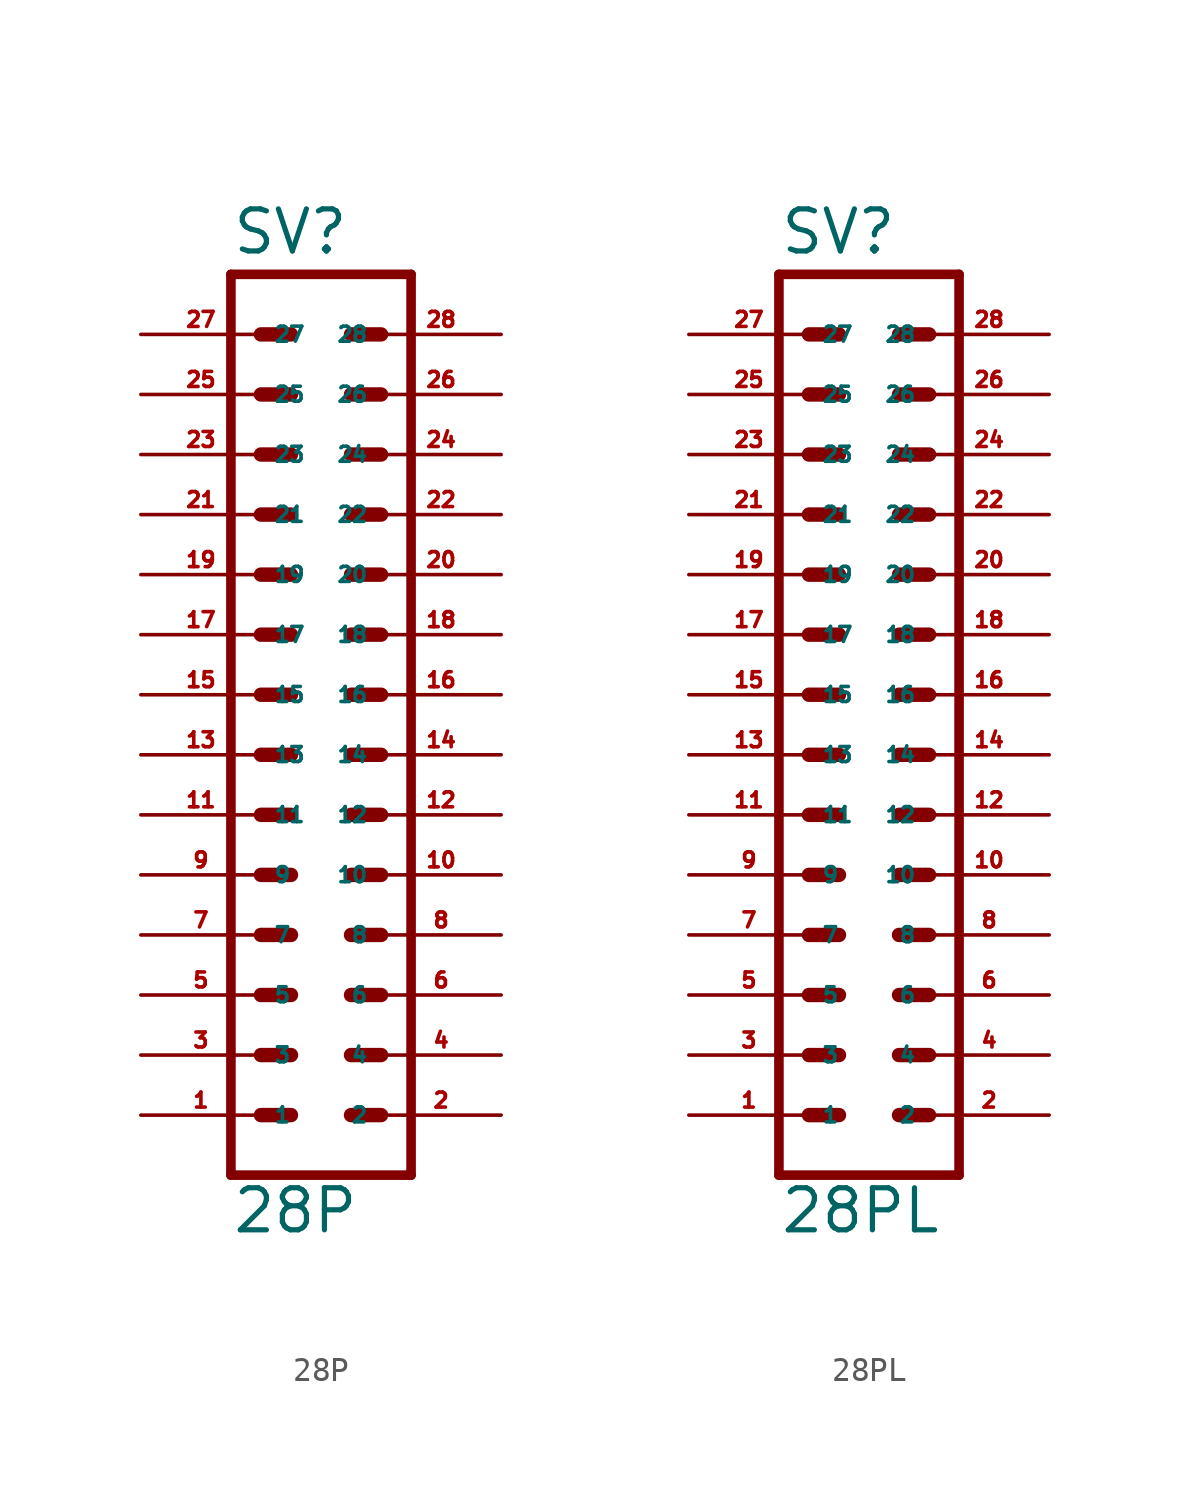
<source format=kicad_sym>
(kicad_symbol_lib
  (version 20220914)
  (generator Eagle2Kicad)
  (symbol "28P"
    (property "Reference" "SV"
      (at -3.81 21.082 0)
      (effects (font (size 1.778 1.778) (thickness 0.22)) (justify left bottom)))
    (property "Value" "28P"
      (at -3.81 -20.32 0)
      (effects (font (size 1.778 1.778) (thickness 0.22)) (justify left bottom)))
    (polyline
      (pts (xy 3.81 -17.78) (xy -3.81 -17.78))
      (stroke (width 0.406) (type default))
      (fill (type none)))
    (polyline
      (pts (xy -3.81 20.32) (xy -3.81 -17.78))
      (stroke (width 0.406) (type default))
      (fill (type none)))
    (polyline
      (pts (xy -3.81 20.32) (xy 3.81 20.32))
      (stroke (width 0.406) (type default))
      (fill (type none)))
    (polyline
      (pts (xy 3.81 -17.78) (xy 3.81 20.32))
      (stroke (width 0.406) (type default))
      (fill (type none)))
    (polyline
      (pts (xy -2.54 -15.24) (xy -1.27 -15.24))
      (stroke (width 0.61) (type default))
      (fill (type none)))
    (polyline
      (pts (xy -2.54 -12.7) (xy -1.27 -12.7))
      (stroke (width 0.61) (type default))
      (fill (type none)))
    (polyline
      (pts (xy -2.54 -10.16) (xy -1.27 -10.16))
      (stroke (width 0.61) (type default))
      (fill (type none)))
    (polyline
      (pts (xy -2.54 -7.62) (xy -1.27 -7.62))
      (stroke (width 0.61) (type default))
      (fill (type none)))
    (polyline
      (pts (xy -2.54 -5.08) (xy -1.27 -5.08))
      (stroke (width 0.61) (type default))
      (fill (type none)))
    (polyline
      (pts (xy -2.54 -2.54) (xy -1.27 -2.54))
      (stroke (width 0.61) (type default))
      (fill (type none)))
    (polyline
      (pts (xy -2.54 0) (xy -1.27 0))
      (stroke (width 0.61) (type default))
      (fill (type none)))
    (polyline
      (pts (xy -2.54 2.54) (xy -1.27 2.54))
      (stroke (width 0.61) (type default))
      (fill (type none)))
    (polyline
      (pts (xy -2.54 5.08) (xy -1.27 5.08))
      (stroke (width 0.61) (type default))
      (fill (type none)))
    (polyline
      (pts (xy -2.54 7.62) (xy -1.27 7.62))
      (stroke (width 0.61) (type default))
      (fill (type none)))
    (polyline
      (pts (xy -2.54 10.16) (xy -1.27 10.16))
      (stroke (width 0.61) (type default))
      (fill (type none)))
    (polyline
      (pts (xy -2.54 12.7) (xy -1.27 12.7))
      (stroke (width 0.61) (type default))
      (fill (type none)))
    (polyline
      (pts (xy -2.54 15.24) (xy -1.27 15.24))
      (stroke (width 0.61) (type default))
      (fill (type none)))
    (polyline
      (pts (xy -2.54 17.78) (xy -1.27 17.78))
      (stroke (width 0.61) (type default))
      (fill (type none)))
    (polyline
      (pts (xy 2.54 -15.24) (xy 1.27 -15.24))
      (stroke (width 0.61) (type default))
      (fill (type none)))
    (polyline
      (pts (xy 2.54 -12.7) (xy 1.27 -12.7))
      (stroke (width 0.61) (type default))
      (fill (type none)))
    (polyline
      (pts (xy 2.54 -10.16) (xy 1.27 -10.16))
      (stroke (width 0.61) (type default))
      (fill (type none)))
    (polyline
      (pts (xy 2.54 -7.62) (xy 1.27 -7.62))
      (stroke (width 0.61) (type default))
      (fill (type none)))
    (polyline
      (pts (xy 2.54 -5.08) (xy 1.27 -5.08))
      (stroke (width 0.61) (type default))
      (fill (type none)))
    (polyline
      (pts (xy 2.54 -2.54) (xy 1.27 -2.54))
      (stroke (width 0.61) (type default))
      (fill (type none)))
    (polyline
      (pts (xy 2.54 0) (xy 1.27 0))
      (stroke (width 0.61) (type default))
      (fill (type none)))
    (polyline
      (pts (xy 2.54 2.54) (xy 1.27 2.54))
      (stroke (width 0.61) (type default))
      (fill (type none)))
    (polyline
      (pts (xy 2.54 5.08) (xy 1.27 5.08))
      (stroke (width 0.61) (type default))
      (fill (type none)))
    (polyline
      (pts (xy 2.54 7.62) (xy 1.27 7.62))
      (stroke (width 0.61) (type default))
      (fill (type none)))
    (polyline
      (pts (xy 2.54 10.16) (xy 1.27 10.16))
      (stroke (width 0.61) (type default))
      (fill (type none)))
    (polyline
      (pts (xy 2.54 12.7) (xy 1.27 12.7))
      (stroke (width 0.61) (type default))
      (fill (type none)))
    (polyline
      (pts (xy 2.54 15.24) (xy 1.27 15.24))
      (stroke (width 0.61) (type default))
      (fill (type none)))
    (polyline
      (pts (xy 2.54 17.78) (xy 1.27 17.78))
      (stroke (width 0.61) (type default))
      (fill (type none)))
    (pin passive line
      (at -7.62 17.78 0)
      (length 5.08)
      (name "27" (effects (font (size 0.635 0.635) (thickness 0.08)) (justify left bottom)))
      (number "27" (effects (font (size 0.635 0.635) (thickness 0.08)) (justify left bottom))))
    (pin passive line
      (at -7.62 15.24 0)
      (length 5.08)
      (name "25" (effects (font (size 0.635 0.635) (thickness 0.08)) (justify left bottom)))
      (number "25" (effects (font (size 0.635 0.635) (thickness 0.08)) (justify left bottom))))
    (pin passive line
      (at -7.62 12.7 0)
      (length 5.08)
      (name "23" (effects (font (size 0.635 0.635) (thickness 0.08)) (justify left bottom)))
      (number "23" (effects (font (size 0.635 0.635) (thickness 0.08)) (justify left bottom))))
    (pin passive line
      (at -7.62 10.16 0)
      (length 5.08)
      (name "21" (effects (font (size 0.635 0.635) (thickness 0.08)) (justify left bottom)))
      (number "21" (effects (font (size 0.635 0.635) (thickness 0.08)) (justify left bottom))))
    (pin passive line
      (at -7.62 7.62 0)
      (length 5.08)
      (name "19" (effects (font (size 0.635 0.635) (thickness 0.08)) (justify left bottom)))
      (number "19" (effects (font (size 0.635 0.635) (thickness 0.08)) (justify left bottom))))
    (pin passive line
      (at -7.62 5.08 0)
      (length 5.08)
      (name "17" (effects (font (size 0.635 0.635) (thickness 0.08)) (justify left bottom)))
      (number "17" (effects (font (size 0.635 0.635) (thickness 0.08)) (justify left bottom))))
    (pin passive line
      (at -7.62 2.54 0)
      (length 5.08)
      (name "15" (effects (font (size 0.635 0.635) (thickness 0.08)) (justify left bottom)))
      (number "15" (effects (font (size 0.635 0.635) (thickness 0.08)) (justify left bottom))))
    (pin passive line
      (at -7.62 0 0)
      (length 5.08)
      (name "13" (effects (font (size 0.635 0.635) (thickness 0.08)) (justify left bottom)))
      (number "13" (effects (font (size 0.635 0.635) (thickness 0.08)) (justify left bottom))))
    (pin passive line
      (at -7.62 -2.54 0)
      (length 5.08)
      (name "11" (effects (font (size 0.635 0.635) (thickness 0.08)) (justify left bottom)))
      (number "11" (effects (font (size 0.635 0.635) (thickness 0.08)) (justify left bottom))))
    (pin passive line
      (at -7.62 -5.08 0)
      (length 5.08)
      (name "9" (effects (font (size 0.635 0.635) (thickness 0.08)) (justify left bottom)))
      (number "9" (effects (font (size 0.635 0.635) (thickness 0.08)) (justify left bottom))))
    (pin passive line
      (at -7.62 -7.62 0)
      (length 5.08)
      (name "7" (effects (font (size 0.635 0.635) (thickness 0.08)) (justify left bottom)))
      (number "7" (effects (font (size 0.635 0.635) (thickness 0.08)) (justify left bottom))))
    (pin passive line
      (at -7.62 -10.16 0)
      (length 5.08)
      (name "5" (effects (font (size 0.635 0.635) (thickness 0.08)) (justify left bottom)))
      (number "5" (effects (font (size 0.635 0.635) (thickness 0.08)) (justify left bottom))))
    (pin passive line
      (at -7.62 -12.7 0)
      (length 5.08)
      (name "3" (effects (font (size 0.635 0.635) (thickness 0.08)) (justify left bottom)))
      (number "3" (effects (font (size 0.635 0.635) (thickness 0.08)) (justify left bottom))))
    (pin passive line
      (at -7.62 -15.24 0)
      (length 5.08)
      (name "1" (effects (font (size 0.635 0.635) (thickness 0.08)) (justify left bottom)))
      (number "1" (effects (font (size 0.635 0.635) (thickness 0.08)) (justify left bottom))))
    (pin passive line
      (at 7.62 17.78 180)
      (length 5.08)
      (name "28" (effects (font (size 0.635 0.635) (thickness 0.08)) (justify left bottom)))
      (number "28" (effects (font (size 0.635 0.635) (thickness 0.08)) (justify left bottom))))
    (pin passive line
      (at 7.62 15.24 180)
      (length 5.08)
      (name "26" (effects (font (size 0.635 0.635) (thickness 0.08)) (justify left bottom)))
      (number "26" (effects (font (size 0.635 0.635) (thickness 0.08)) (justify left bottom))))
    (pin passive line
      (at 7.62 12.7 180)
      (length 5.08)
      (name "24" (effects (font (size 0.635 0.635) (thickness 0.08)) (justify left bottom)))
      (number "24" (effects (font (size 0.635 0.635) (thickness 0.08)) (justify left bottom))))
    (pin passive line
      (at 7.62 10.16 180)
      (length 5.08)
      (name "22" (effects (font (size 0.635 0.635) (thickness 0.08)) (justify left bottom)))
      (number "22" (effects (font (size 0.635 0.635) (thickness 0.08)) (justify left bottom))))
    (pin passive line
      (at 7.62 7.62 180)
      (length 5.08)
      (name "20" (effects (font (size 0.635 0.635) (thickness 0.08)) (justify left bottom)))
      (number "20" (effects (font (size 0.635 0.635) (thickness 0.08)) (justify left bottom))))
    (pin passive line
      (at 7.62 5.08 180)
      (length 5.08)
      (name "18" (effects (font (size 0.635 0.635) (thickness 0.08)) (justify left bottom)))
      (number "18" (effects (font (size 0.635 0.635) (thickness 0.08)) (justify left bottom))))
    (pin passive line
      (at 7.62 2.54 180)
      (length 5.08)
      (name "16" (effects (font (size 0.635 0.635) (thickness 0.08)) (justify left bottom)))
      (number "16" (effects (font (size 0.635 0.635) (thickness 0.08)) (justify left bottom))))
    (pin passive line
      (at 7.62 0 180)
      (length 5.08)
      (name "14" (effects (font (size 0.635 0.635) (thickness 0.08)) (justify left bottom)))
      (number "14" (effects (font (size 0.635 0.635) (thickness 0.08)) (justify left bottom))))
    (pin passive line
      (at 7.62 -2.54 180)
      (length 5.08)
      (name "12" (effects (font (size 0.635 0.635) (thickness 0.08)) (justify left bottom)))
      (number "12" (effects (font (size 0.635 0.635) (thickness 0.08)) (justify left bottom))))
    (pin passive line
      (at 7.62 -5.08 180)
      (length 5.08)
      (name "10" (effects (font (size 0.635 0.635) (thickness 0.08)) (justify left bottom)))
      (number "10" (effects (font (size 0.635 0.635) (thickness 0.08)) (justify left bottom))))
    (pin passive line
      (at 7.62 -7.62 180)
      (length 5.08)
      (name "8" (effects (font (size 0.635 0.635) (thickness 0.08)) (justify left bottom)))
      (number "8" (effects (font (size 0.635 0.635) (thickness 0.08)) (justify left bottom))))
    (pin passive line
      (at 7.62 -10.16 180)
      (length 5.08)
      (name "6" (effects (font (size 0.635 0.635) (thickness 0.08)) (justify left bottom)))
      (number "6" (effects (font (size 0.635 0.635) (thickness 0.08)) (justify left bottom))))
    (pin passive line
      (at 7.62 -12.7 180)
      (length 5.08)
      (name "4" (effects (font (size 0.635 0.635) (thickness 0.08)) (justify left bottom)))
      (number "4" (effects (font (size 0.635 0.635) (thickness 0.08)) (justify left bottom))))
    (pin passive line
      (at 7.62 -15.24 180)
      (length 5.08)
      (name "2" (effects (font (size 0.635 0.635) (thickness 0.08)) (justify left bottom)))
      (number "2" (effects (font (size 0.635 0.635) (thickness 0.08)) (justify left bottom)))))
  (symbol "28PL"
    (property "Reference" "SV"
      (at -3.81 21.082 0)
      (effects (font (size 1.778 1.778) (thickness 0.22)) (justify left bottom)))
    (property "Value" "28PL"
      (at -3.81 -20.32 0)
      (effects (font (size 1.778 1.778) (thickness 0.22)) (justify left bottom)))
    (polyline
      (pts (xy 3.81 -17.78) (xy -3.81 -17.78))
      (stroke (width 0.406) (type default))
      (fill (type none)))
    (polyline
      (pts (xy -3.81 20.32) (xy -3.81 -17.78))
      (stroke (width 0.406) (type default))
      (fill (type none)))
    (polyline
      (pts (xy -3.81 20.32) (xy 3.81 20.32))
      (stroke (width 0.406) (type default))
      (fill (type none)))
    (polyline
      (pts (xy 3.81 -17.78) (xy 3.81 20.32))
      (stroke (width 0.406) (type default))
      (fill (type none)))
    (polyline
      (pts (xy -2.54 -15.24) (xy -1.27 -15.24))
      (stroke (width 0.61) (type default))
      (fill (type none)))
    (polyline
      (pts (xy -2.54 -12.7) (xy -1.27 -12.7))
      (stroke (width 0.61) (type default))
      (fill (type none)))
    (polyline
      (pts (xy -2.54 -10.16) (xy -1.27 -10.16))
      (stroke (width 0.61) (type default))
      (fill (type none)))
    (polyline
      (pts (xy -2.54 -7.62) (xy -1.27 -7.62))
      (stroke (width 0.61) (type default))
      (fill (type none)))
    (polyline
      (pts (xy -2.54 -5.08) (xy -1.27 -5.08))
      (stroke (width 0.61) (type default))
      (fill (type none)))
    (polyline
      (pts (xy -2.54 -2.54) (xy -1.27 -2.54))
      (stroke (width 0.61) (type default))
      (fill (type none)))
    (polyline
      (pts (xy -2.54 0) (xy -1.27 0))
      (stroke (width 0.61) (type default))
      (fill (type none)))
    (polyline
      (pts (xy -2.54 2.54) (xy -1.27 2.54))
      (stroke (width 0.61) (type default))
      (fill (type none)))
    (polyline
      (pts (xy -2.54 5.08) (xy -1.27 5.08))
      (stroke (width 0.61) (type default))
      (fill (type none)))
    (polyline
      (pts (xy -2.54 7.62) (xy -1.27 7.62))
      (stroke (width 0.61) (type default))
      (fill (type none)))
    (polyline
      (pts (xy -2.54 10.16) (xy -1.27 10.16))
      (stroke (width 0.61) (type default))
      (fill (type none)))
    (polyline
      (pts (xy -2.54 12.7) (xy -1.27 12.7))
      (stroke (width 0.61) (type default))
      (fill (type none)))
    (polyline
      (pts (xy -2.54 15.24) (xy -1.27 15.24))
      (stroke (width 0.61) (type default))
      (fill (type none)))
    (polyline
      (pts (xy -2.54 17.78) (xy -1.27 17.78))
      (stroke (width 0.61) (type default))
      (fill (type none)))
    (polyline
      (pts (xy 2.54 -15.24) (xy 1.27 -15.24))
      (stroke (width 0.61) (type default))
      (fill (type none)))
    (polyline
      (pts (xy 2.54 -12.7) (xy 1.27 -12.7))
      (stroke (width 0.61) (type default))
      (fill (type none)))
    (polyline
      (pts (xy 2.54 -10.16) (xy 1.27 -10.16))
      (stroke (width 0.61) (type default))
      (fill (type none)))
    (polyline
      (pts (xy 2.54 -7.62) (xy 1.27 -7.62))
      (stroke (width 0.61) (type default))
      (fill (type none)))
    (polyline
      (pts (xy 2.54 -5.08) (xy 1.27 -5.08))
      (stroke (width 0.61) (type default))
      (fill (type none)))
    (polyline
      (pts (xy 2.54 -2.54) (xy 1.27 -2.54))
      (stroke (width 0.61) (type default))
      (fill (type none)))
    (polyline
      (pts (xy 2.54 0) (xy 1.27 0))
      (stroke (width 0.61) (type default))
      (fill (type none)))
    (polyline
      (pts (xy 2.54 2.54) (xy 1.27 2.54))
      (stroke (width 0.61) (type default))
      (fill (type none)))
    (polyline
      (pts (xy 2.54 5.08) (xy 1.27 5.08))
      (stroke (width 0.61) (type default))
      (fill (type none)))
    (polyline
      (pts (xy 2.54 7.62) (xy 1.27 7.62))
      (stroke (width 0.61) (type default))
      (fill (type none)))
    (polyline
      (pts (xy 2.54 10.16) (xy 1.27 10.16))
      (stroke (width 0.61) (type default))
      (fill (type none)))
    (polyline
      (pts (xy 2.54 12.7) (xy 1.27 12.7))
      (stroke (width 0.61) (type default))
      (fill (type none)))
    (polyline
      (pts (xy 2.54 15.24) (xy 1.27 15.24))
      (stroke (width 0.61) (type default))
      (fill (type none)))
    (polyline
      (pts (xy 2.54 17.78) (xy 1.27 17.78))
      (stroke (width 0.61) (type default))
      (fill (type none)))
    (pin passive line
      (at -7.62 17.78 0)
      (length 5.08)
      (name "27" (effects (font (size 0.635 0.635) (thickness 0.08)) (justify left bottom)))
      (number "27" (effects (font (size 0.635 0.635) (thickness 0.08)) (justify left bottom))))
    (pin passive line
      (at -7.62 15.24 0)
      (length 5.08)
      (name "25" (effects (font (size 0.635 0.635) (thickness 0.08)) (justify left bottom)))
      (number "25" (effects (font (size 0.635 0.635) (thickness 0.08)) (justify left bottom))))
    (pin passive line
      (at -7.62 12.7 0)
      (length 5.08)
      (name "23" (effects (font (size 0.635 0.635) (thickness 0.08)) (justify left bottom)))
      (number "23" (effects (font (size 0.635 0.635) (thickness 0.08)) (justify left bottom))))
    (pin passive line
      (at -7.62 10.16 0)
      (length 5.08)
      (name "21" (effects (font (size 0.635 0.635) (thickness 0.08)) (justify left bottom)))
      (number "21" (effects (font (size 0.635 0.635) (thickness 0.08)) (justify left bottom))))
    (pin passive line
      (at -7.62 7.62 0)
      (length 5.08)
      (name "19" (effects (font (size 0.635 0.635) (thickness 0.08)) (justify left bottom)))
      (number "19" (effects (font (size 0.635 0.635) (thickness 0.08)) (justify left bottom))))
    (pin passive line
      (at -7.62 5.08 0)
      (length 5.08)
      (name "17" (effects (font (size 0.635 0.635) (thickness 0.08)) (justify left bottom)))
      (number "17" (effects (font (size 0.635 0.635) (thickness 0.08)) (justify left bottom))))
    (pin passive line
      (at -7.62 2.54 0)
      (length 5.08)
      (name "15" (effects (font (size 0.635 0.635) (thickness 0.08)) (justify left bottom)))
      (number "15" (effects (font (size 0.635 0.635) (thickness 0.08)) (justify left bottom))))
    (pin passive line
      (at -7.62 0 0)
      (length 5.08)
      (name "13" (effects (font (size 0.635 0.635) (thickness 0.08)) (justify left bottom)))
      (number "13" (effects (font (size 0.635 0.635) (thickness 0.08)) (justify left bottom))))
    (pin passive line
      (at -7.62 -2.54 0)
      (length 5.08)
      (name "11" (effects (font (size 0.635 0.635) (thickness 0.08)) (justify left bottom)))
      (number "11" (effects (font (size 0.635 0.635) (thickness 0.08)) (justify left bottom))))
    (pin passive line
      (at -7.62 -5.08 0)
      (length 5.08)
      (name "9" (effects (font (size 0.635 0.635) (thickness 0.08)) (justify left bottom)))
      (number "9" (effects (font (size 0.635 0.635) (thickness 0.08)) (justify left bottom))))
    (pin passive line
      (at -7.62 -7.62 0)
      (length 5.08)
      (name "7" (effects (font (size 0.635 0.635) (thickness 0.08)) (justify left bottom)))
      (number "7" (effects (font (size 0.635 0.635) (thickness 0.08)) (justify left bottom))))
    (pin passive line
      (at -7.62 -10.16 0)
      (length 5.08)
      (name "5" (effects (font (size 0.635 0.635) (thickness 0.08)) (justify left bottom)))
      (number "5" (effects (font (size 0.635 0.635) (thickness 0.08)) (justify left bottom))))
    (pin passive line
      (at -7.62 -12.7 0)
      (length 5.08)
      (name "3" (effects (font (size 0.635 0.635) (thickness 0.08)) (justify left bottom)))
      (number "3" (effects (font (size 0.635 0.635) (thickness 0.08)) (justify left bottom))))
    (pin passive line
      (at -7.62 -15.24 0)
      (length 5.08)
      (name "1" (effects (font (size 0.635 0.635) (thickness 0.08)) (justify left bottom)))
      (number "1" (effects (font (size 0.635 0.635) (thickness 0.08)) (justify left bottom))))
    (pin passive line
      (at 7.62 17.78 180)
      (length 5.08)
      (name "28" (effects (font (size 0.635 0.635) (thickness 0.08)) (justify left bottom)))
      (number "28" (effects (font (size 0.635 0.635) (thickness 0.08)) (justify left bottom))))
    (pin passive line
      (at 7.62 15.24 180)
      (length 5.08)
      (name "26" (effects (font (size 0.635 0.635) (thickness 0.08)) (justify left bottom)))
      (number "26" (effects (font (size 0.635 0.635) (thickness 0.08)) (justify left bottom))))
    (pin passive line
      (at 7.62 12.7 180)
      (length 5.08)
      (name "24" (effects (font (size 0.635 0.635) (thickness 0.08)) (justify left bottom)))
      (number "24" (effects (font (size 0.635 0.635) (thickness 0.08)) (justify left bottom))))
    (pin passive line
      (at 7.62 10.16 180)
      (length 5.08)
      (name "22" (effects (font (size 0.635 0.635) (thickness 0.08)) (justify left bottom)))
      (number "22" (effects (font (size 0.635 0.635) (thickness 0.08)) (justify left bottom))))
    (pin passive line
      (at 7.62 7.62 180)
      (length 5.08)
      (name "20" (effects (font (size 0.635 0.635) (thickness 0.08)) (justify left bottom)))
      (number "20" (effects (font (size 0.635 0.635) (thickness 0.08)) (justify left bottom))))
    (pin passive line
      (at 7.62 5.08 180)
      (length 5.08)
      (name "18" (effects (font (size 0.635 0.635) (thickness 0.08)) (justify left bottom)))
      (number "18" (effects (font (size 0.635 0.635) (thickness 0.08)) (justify left bottom))))
    (pin passive line
      (at 7.62 2.54 180)
      (length 5.08)
      (name "16" (effects (font (size 0.635 0.635) (thickness 0.08)) (justify left bottom)))
      (number "16" (effects (font (size 0.635 0.635) (thickness 0.08)) (justify left bottom))))
    (pin passive line
      (at 7.62 0 180)
      (length 5.08)
      (name "14" (effects (font (size 0.635 0.635) (thickness 0.08)) (justify left bottom)))
      (number "14" (effects (font (size 0.635 0.635) (thickness 0.08)) (justify left bottom))))
    (pin passive line
      (at 7.62 -2.54 180)
      (length 5.08)
      (name "12" (effects (font (size 0.635 0.635) (thickness 0.08)) (justify left bottom)))
      (number "12" (effects (font (size 0.635 0.635) (thickness 0.08)) (justify left bottom))))
    (pin passive line
      (at 7.62 -5.08 180)
      (length 5.08)
      (name "10" (effects (font (size 0.635 0.635) (thickness 0.08)) (justify left bottom)))
      (number "10" (effects (font (size 0.635 0.635) (thickness 0.08)) (justify left bottom))))
    (pin passive line
      (at 7.62 -7.62 180)
      (length 5.08)
      (name "8" (effects (font (size 0.635 0.635) (thickness 0.08)) (justify left bottom)))
      (number "8" (effects (font (size 0.635 0.635) (thickness 0.08)) (justify left bottom))))
    (pin passive line
      (at 7.62 -10.16 180)
      (length 5.08)
      (name "6" (effects (font (size 0.635 0.635) (thickness 0.08)) (justify left bottom)))
      (number "6" (effects (font (size 0.635 0.635) (thickness 0.08)) (justify left bottom))))
    (pin passive line
      (at 7.62 -12.7 180)
      (length 5.08)
      (name "4" (effects (font (size 0.635 0.635) (thickness 0.08)) (justify left bottom)))
      (number "4" (effects (font (size 0.635 0.635) (thickness 0.08)) (justify left bottom))))
    (pin passive line
      (at 7.62 -15.24 180)
      (length 5.08)
      (name "2" (effects (font (size 0.635 0.635) (thickness 0.08)) (justify left bottom)))
      (number "2" (effects (font (size 0.635 0.635) (thickness 0.08)) (justify left bottom))))))
</source>
